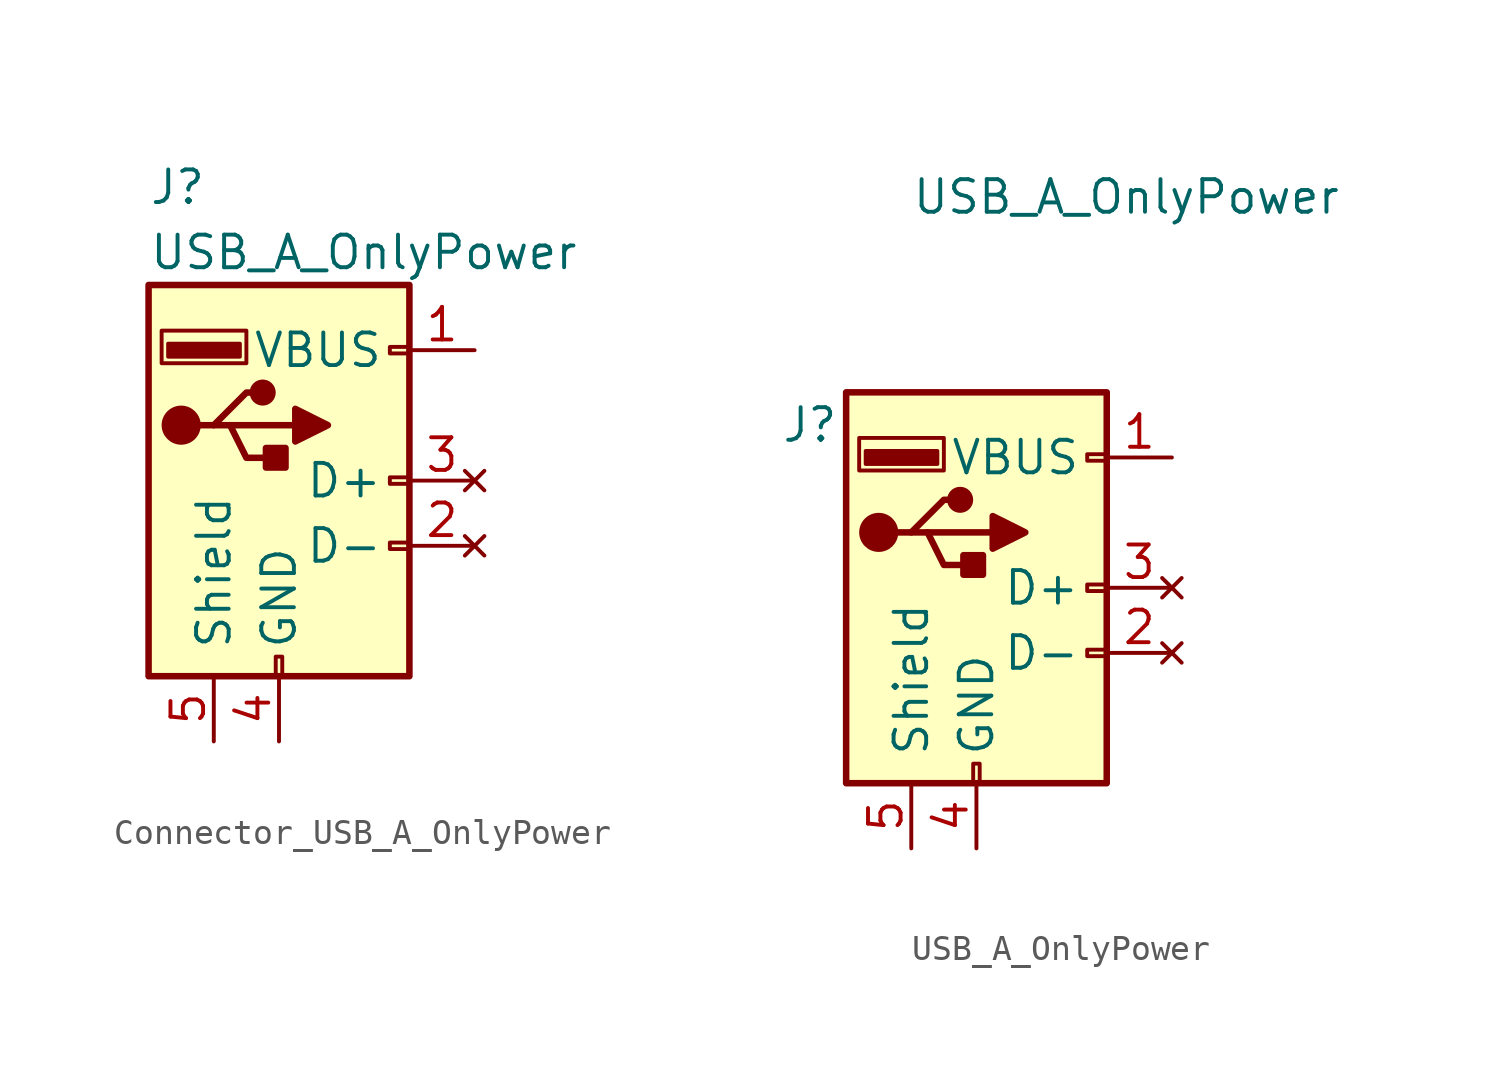
<source format=kicad_sym>
(kicad_symbol_lib
  (version 20211014)
  (generator kicad_symbol_editor)
  (symbol "Connector_USB_A_OnlyPower"
    (pin_names
      (offset 1.016))
    (property "Reference" "J"
      (at -5.08 11.43 0)
      (effects (font (size 1.27 1.27)) (justify left)))
    (property "Value" "USB_A_OnlyPower"
      (at -5.08 8.89 0)
      (effects (font (size 1.27 1.27)) (justify left)))
    (symbol "Connector_USB_A_OnlyPower_0_1"
      (rectangle (start -5.08 -7.62) (end 5.08 7.62) (stroke (width 0.254) (type default) (color 0 0 0 0)) (fill (type background)))
      (circle (center -3.81 2.159) (radius 0.635) (stroke (width 0.254) (type default) (color 0 0 0 0)) (fill (type outline)))
      (rectangle (start -1.524 4.826) (end -4.318 5.334) (stroke (width 0) (type default) (color 0 0 0 0)) (fill (type outline)))
      (rectangle (start -1.27 4.572) (end -4.572 5.842) (stroke (width 0) (type default) (color 0 0 0 0)) (fill (type none)))
      (circle (center -0.635 3.429) (radius 0.381) (stroke (width 0.254) (type default) (color 0 0 0 0)) (fill (type outline)))
      (rectangle (start -0.127 -7.62) (end 0.127 -6.858) (stroke (width 0) (type default) (color 0 0 0 0)) (fill (type none)))
      (polyline (pts (xy -3.175 2.159) (xy -2.54 2.159) (xy -1.27 3.429) (xy -0.635 3.429)) (stroke (width 0.254) (type default) (color 0 0 0 0)) (fill (type none)))
      (polyline (pts (xy -2.54 2.159) (xy -1.905 2.159) (xy -1.27 0.889) (xy 0 0.889)) (stroke (width 0.254) (type default) (color 0 0 0 0)) (fill (type none)))
      (polyline (pts (xy 0.635 2.794) (xy 0.635 1.524) (xy 1.905 2.159) (xy 0.635 2.794)) (stroke (width 0.254) (type default) (color 0 0 0 0)) (fill (type outline)))
      (rectangle (start 0.254 1.27) (end -0.508 0.508) (stroke (width 0.254) (type default) (color 0 0 0 0)) (fill (type outline)))
      (rectangle (start 5.08 -2.667) (end 4.318 -2.413) (stroke (width 0) (type default) (color 0 0 0 0)) (fill (type none)))
      (rectangle (start 5.08 -0.127) (end 4.318 0.127) (stroke (width 0) (type default) (color 0 0 0 0)) (fill (type none)))
      (rectangle (start 5.08 4.953) (end 4.318 5.207) (stroke (width 0) (type default) (color 0 0 0 0)) (fill (type none))))
    (symbol "Connector_USB_A_OnlyPower_1_1"
      (polyline (pts (xy -1.905 2.159) (xy 0.635 2.159)) (stroke (width 0.254) (type default) (color 0 0 0 0)) (fill (type none)))
      (pin power_in line (at 7.62 5.08 180) (length 2.54) (name "VBUS" (effects (font (size 1.27 1.27)))) (number "1" (effects (font (size 1.27 1.27)))))
      (pin no_connect line (at 7.62 -2.54 180) (length 2.54) (name "D-" (effects (font (size 1.27 1.27)))) (number "2" (effects (font (size 1.27 1.27)))))
      (pin no_connect line (at 7.62 0 180) (length 2.54) (name "D+" (effects (font (size 1.27 1.27)))) (number "3" (effects (font (size 1.27 1.27)))))
      (pin power_in line (at 0 -10.16 90) (length 2.54) (name "GND" (effects (font (size 1.27 1.27)))) (number "4" (effects (font (size 1.27 1.27)))))
      (pin passive line (at -2.54 -10.16 90) (length 2.54) (name "Shield" (effects (font (size 1.27 1.27)))) (number "5" (effects (font (size 1.27 1.27)))))))
  (symbol "USB_A_OnlyPower"
    (pin_names
      (offset 1.016))
    (property "Reference" "J"
      (at -7.62 6.35 0)
      (effects (font (size 1.27 1.27)) (justify left)))
    (property "Value" "USB_A_OnlyPower"
      (at -2.54 15.24 0)
      (effects (font (size 1.27 1.27)) (justify left)))
    (symbol "USB_A_OnlyPower_0_1"
      (rectangle (start -5.08 -7.62) (end 5.08 7.62) (stroke (width 0.254) (type default) (color 0 0 0 0)) (fill (type background)))
      (circle (center -3.81 2.159) (radius 0.635) (stroke (width 0.254) (type default) (color 0 0 0 0)) (fill (type outline)))
      (rectangle (start -1.524 4.826) (end -4.318 5.334) (stroke (width 0) (type default) (color 0 0 0 0)) (fill (type outline)))
      (rectangle (start -1.27 4.572) (end -4.572 5.842) (stroke (width 0) (type default) (color 0 0 0 0)) (fill (type none)))
      (circle (center -0.635 3.429) (radius 0.381) (stroke (width 0.254) (type default) (color 0 0 0 0)) (fill (type outline)))
      (rectangle (start -0.127 -7.62) (end 0.127 -6.858) (stroke (width 0) (type default) (color 0 0 0 0)) (fill (type none)))
      (polyline (pts (xy -3.175 2.159) (xy -2.54 2.159) (xy -1.27 3.429) (xy -0.635 3.429)) (stroke (width 0.254) (type default) (color 0 0 0 0)) (fill (type none)))
      (polyline (pts (xy -2.54 2.159) (xy -1.905 2.159) (xy -1.27 0.889) (xy 0 0.889)) (stroke (width 0.254) (type default) (color 0 0 0 0)) (fill (type none)))
      (polyline (pts (xy 0.635 2.794) (xy 0.635 1.524) (xy 1.905 2.159) (xy 0.635 2.794)) (stroke (width 0.254) (type default) (color 0 0 0 0)) (fill (type outline)))
      (rectangle (start 0.254 1.27) (end -0.508 0.508) (stroke (width 0.254) (type default) (color 0 0 0 0)) (fill (type outline)))
      (rectangle (start 5.08 -2.667) (end 4.318 -2.413) (stroke (width 0) (type default) (color 0 0 0 0)) (fill (type none)))
      (rectangle (start 5.08 -0.127) (end 4.318 0.127) (stroke (width 0) (type default) (color 0 0 0 0)) (fill (type none)))
      (rectangle (start 5.08 4.953) (end 4.318 5.207) (stroke (width 0) (type default) (color 0 0 0 0)) (fill (type none))))
    (symbol "USB_A_OnlyPower_1_1"
      (polyline (pts (xy -1.905 2.159) (xy 0.635 2.159)) (stroke (width 0.254) (type default) (color 0 0 0 0)) (fill (type none)))
      (pin power_in line (at 7.62 5.08 180) (length 2.54) (name "VBUS" (effects (font (size 1.27 1.27)))) (number "1" (effects (font (size 1.27 1.27)))))
      (pin no_connect line (at 7.62 -2.54 180) (length 2.54) (name "D-" (effects (font (size 1.27 1.27)))) (number "2" (effects (font (size 1.27 1.27)))))
      (pin no_connect line (at 7.62 0 180) (length 2.54) (name "D+" (effects (font (size 1.27 1.27)))) (number "3" (effects (font (size 1.27 1.27)))))
      (pin power_in line (at 0 -10.16 90) (length 2.54) (name "GND" (effects (font (size 1.27 1.27)))) (number "4" (effects (font (size 1.27 1.27)))))
      (pin passive line (at -2.54 -10.16 90) (length 2.54) (name "Shield" (effects (font (size 1.27 1.27)))) (number "5" (effects (font (size 1.27 1.27))))))))
</source>
